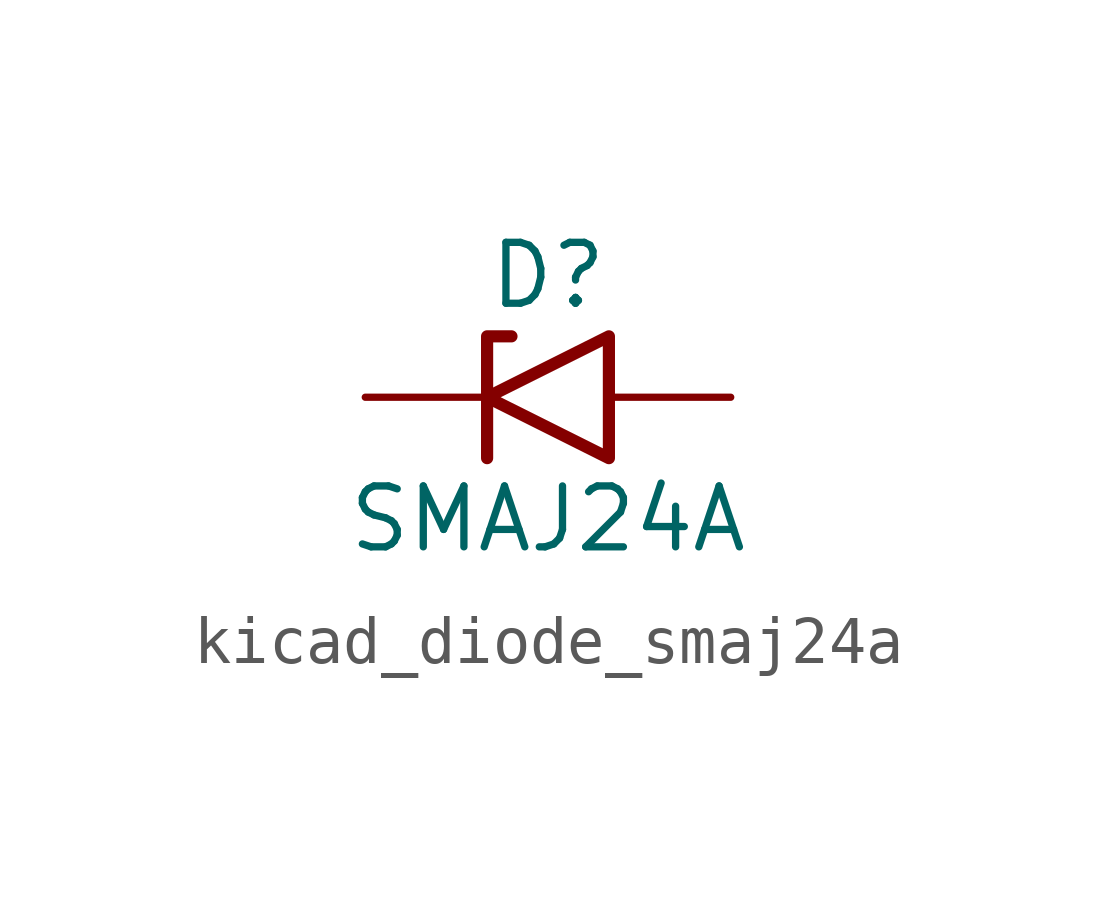
<source format=kicad_sym>
(kicad_symbol_lib
  (version 20220914)
  (generator kicad_symbol_editor)
  (symbol "kicad_diode_smaj24a"
    (pin_numbers hide)
    (pin_names
      (offset 1.016) hide)
    (property "Reference" "D"
      (at 0 2.54 0)
      (effects (font (size 1.27 1.27))))
    (property "Value" "SMAJ24A"
      (at 0 -2.54 0)
      (effects (font (size 1.27 1.27))))
    (symbol "kicad_diode_smaj24a_0_1"
      (polyline (pts (xy -0.762 1.27) (xy -1.27 1.27) (xy -1.27 -1.27)) (stroke (width 0.254) (type default)) (fill (type none)))
      (polyline (pts (xy 1.27 1.27) (xy 1.27 -1.27) (xy -1.27 0) (xy 1.27 1.27)) (stroke (width 0.254) (type default)) (fill (type none))))
    (symbol "kicad_diode_smaj24a_1_1"
      (pin passive line (at -3.81 0 0) (length 2.54) (name "A1" (effects (font (size 1.27 1.27)))) (number "1" (effects (font (size 1.27 1.27)))))
      (pin passive line (at 3.81 0 180) (length 2.54) (name "A2" (effects (font (size 1.27 1.27)))) (number "2" (effects (font (size 1.27 1.27))))))))
</source>
